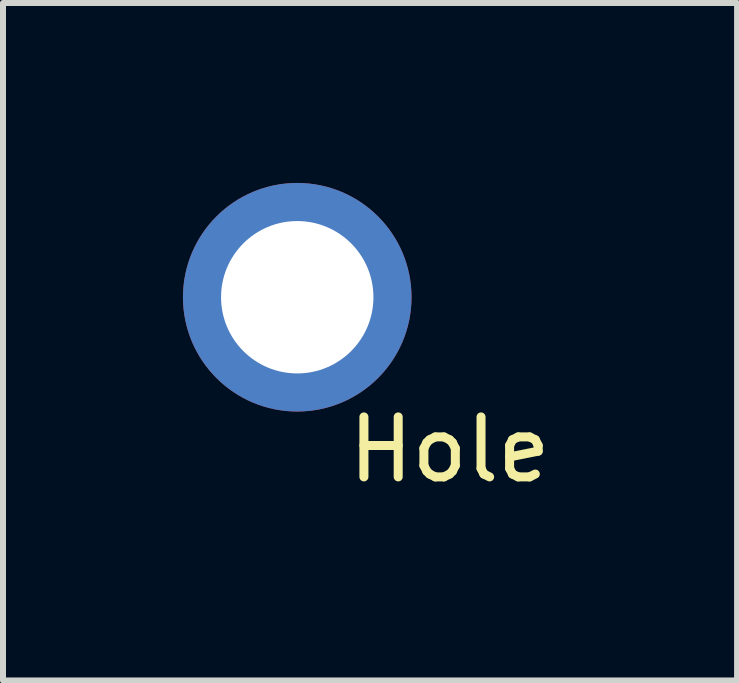
<source format=kicad_pcb>
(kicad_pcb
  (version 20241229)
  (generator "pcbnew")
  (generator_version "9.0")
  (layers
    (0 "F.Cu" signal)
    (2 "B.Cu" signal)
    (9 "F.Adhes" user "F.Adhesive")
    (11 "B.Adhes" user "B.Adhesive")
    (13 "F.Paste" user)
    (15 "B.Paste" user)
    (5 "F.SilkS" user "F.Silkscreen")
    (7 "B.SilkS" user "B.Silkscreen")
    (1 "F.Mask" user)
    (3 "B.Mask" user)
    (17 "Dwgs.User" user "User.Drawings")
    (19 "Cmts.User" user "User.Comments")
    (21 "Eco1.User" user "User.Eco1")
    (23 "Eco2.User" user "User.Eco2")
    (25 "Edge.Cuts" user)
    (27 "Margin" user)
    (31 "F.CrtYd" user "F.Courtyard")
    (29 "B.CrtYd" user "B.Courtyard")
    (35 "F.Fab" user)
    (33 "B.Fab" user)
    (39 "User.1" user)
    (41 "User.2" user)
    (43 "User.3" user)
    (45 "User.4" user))
  (footprint "Hole"
    (layer "F.Cu")
    (at 1.905 1.905)
    (property "Reference" "Hole" (at 2.54 2.54 0) (layer "F.SilkS") (effects (font (size 1 1) (thickness 0.15))))
    (attr through_hole)
    (pad "1" thru_hole circle (at 0 0) (size 3.81 3.81) (drill 2.54) (layers "*.Cu" "*.Mask")))
  (gr_rect
    (start -3 -3)
    (end 9.237 8.293)
    (stroke (width 0.1) (type default))
    (fill no)
    (layer "Edge.Cuts")))
</source>
